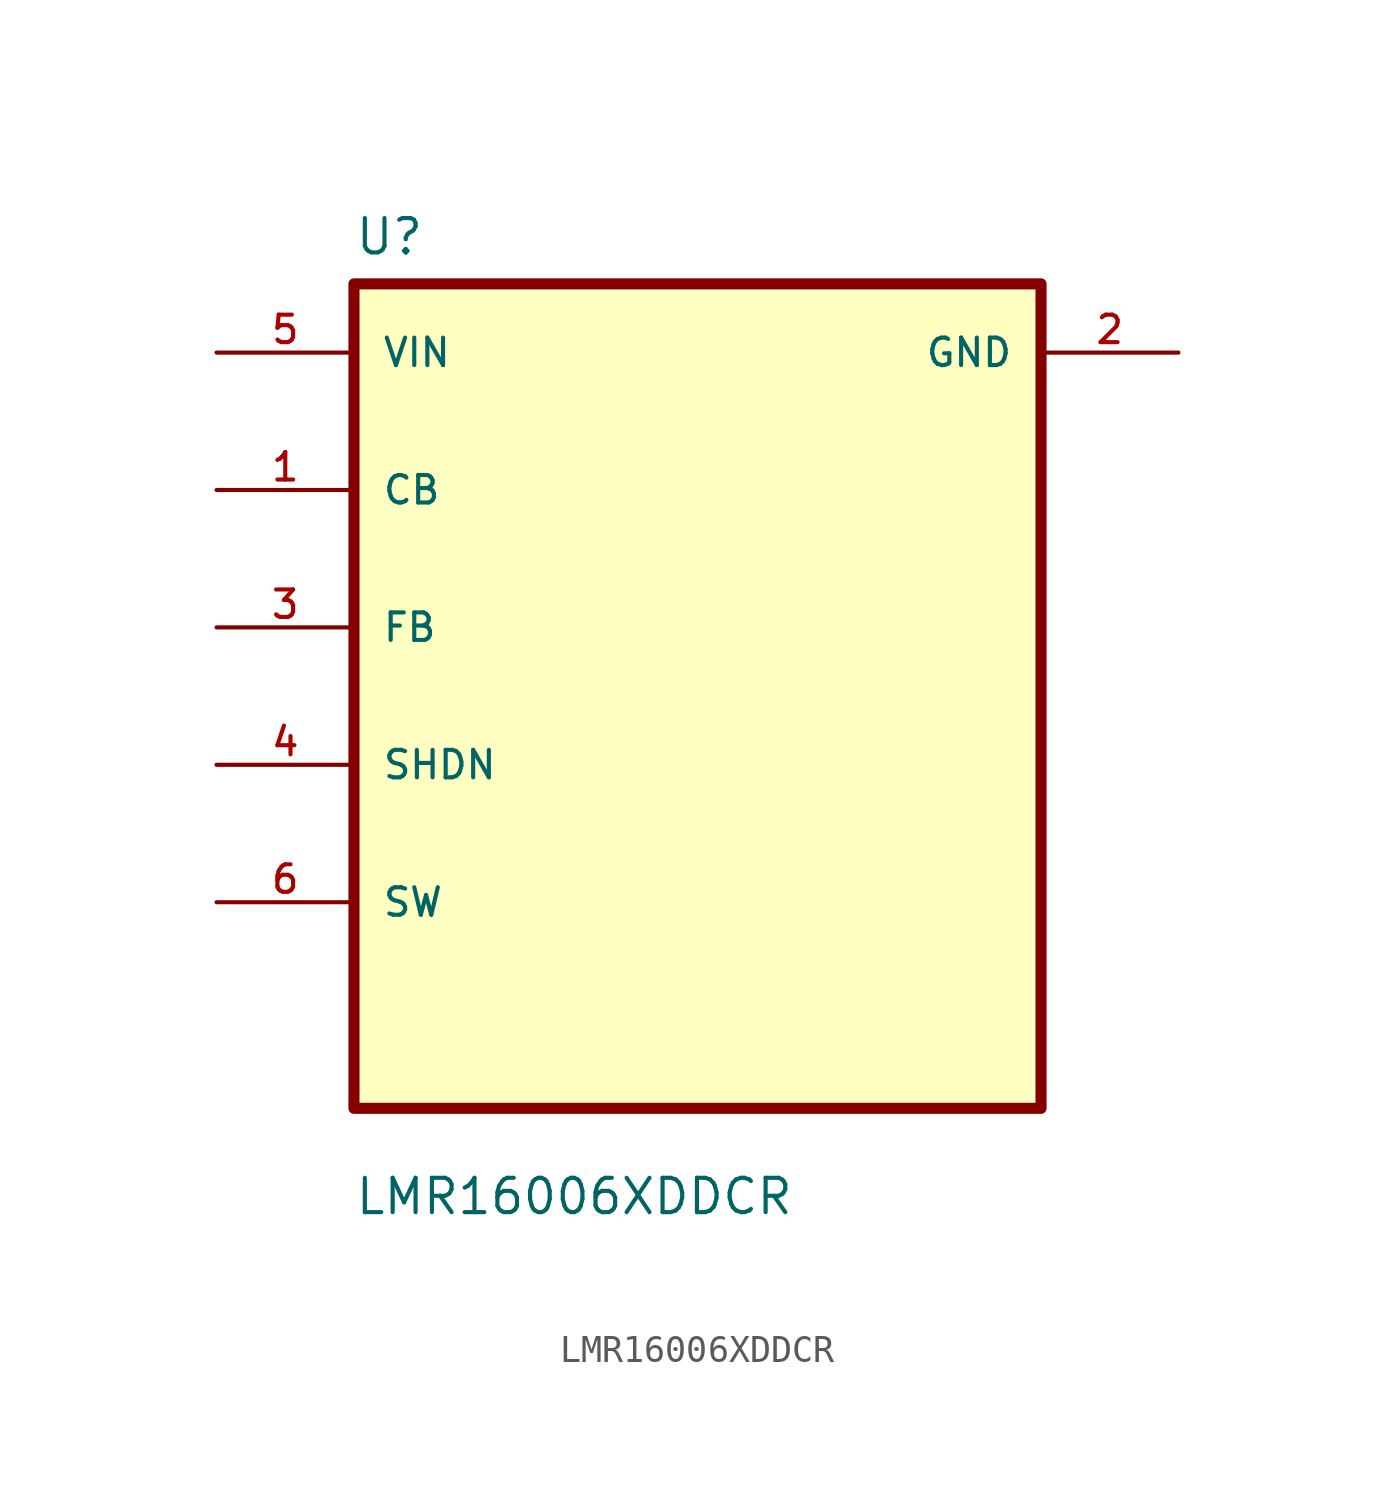
<source format=kicad_sym>
(kicad_symbol_lib
  (version 20211014)
  (generator kicad_symbol_editor)
  (symbol "LMR16006XDDCR"
    (pin_names
      (offset 1.016))
    (property "Reference" "U"
      (at -12.7 16.24 0.0)
      (effects (font (size 1.27 1.27)) (justify bottom left)))
    (property "Value" "LMR16006XDDCR"
      (at -12.7 -19.24 0.0)
      (effects (font (size 1.27 1.27)) (justify bottom left)))
    (symbol "LMR16006XDDCR_0_0"
      (rectangle (start -12.7 -15.24) (end 12.7 15.24) (stroke (width 0.41)) (fill (type background)))
      (pin input line (at -17.78 12.7 0) (length 5.08) (name "VIN" (effects (font (size 1.016 1.016)))) (number "5" (effects (font (size 1.016 1.016)))))
      (pin bidirectional line (at -17.78 7.62 0) (length 5.08) (name "CB" (effects (font (size 1.016 1.016)))) (number "1" (effects (font (size 1.016 1.016)))))
      (pin bidirectional line (at -17.78 2.54 0) (length 5.08) (name "FB" (effects (font (size 1.016 1.016)))) (number "3" (effects (font (size 1.016 1.016)))))
      (pin bidirectional line (at -17.78 -2.54 0) (length 5.08) (name "SHDN" (effects (font (size 1.016 1.016)))) (number "4" (effects (font (size 1.016 1.016)))))
      (pin bidirectional line (at -17.78 -7.62 0) (length 5.08) (name "SW" (effects (font (size 1.016 1.016)))) (number "6" (effects (font (size 1.016 1.016)))))
      (pin power_in line (at 17.78 12.7 180.0) (length 5.08) (name "GND" (effects (font (size 1.016 1.016)))) (number "2" (effects (font (size 1.016 1.016))))))))
</source>
